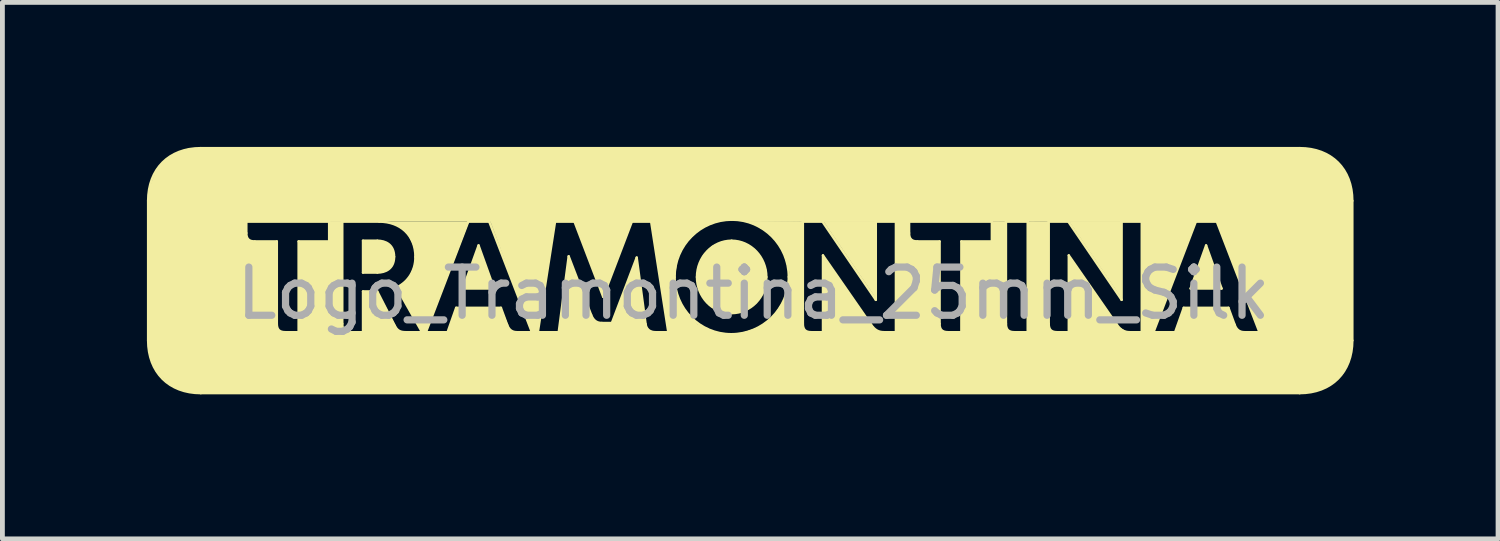
<source format=kicad_pcb>
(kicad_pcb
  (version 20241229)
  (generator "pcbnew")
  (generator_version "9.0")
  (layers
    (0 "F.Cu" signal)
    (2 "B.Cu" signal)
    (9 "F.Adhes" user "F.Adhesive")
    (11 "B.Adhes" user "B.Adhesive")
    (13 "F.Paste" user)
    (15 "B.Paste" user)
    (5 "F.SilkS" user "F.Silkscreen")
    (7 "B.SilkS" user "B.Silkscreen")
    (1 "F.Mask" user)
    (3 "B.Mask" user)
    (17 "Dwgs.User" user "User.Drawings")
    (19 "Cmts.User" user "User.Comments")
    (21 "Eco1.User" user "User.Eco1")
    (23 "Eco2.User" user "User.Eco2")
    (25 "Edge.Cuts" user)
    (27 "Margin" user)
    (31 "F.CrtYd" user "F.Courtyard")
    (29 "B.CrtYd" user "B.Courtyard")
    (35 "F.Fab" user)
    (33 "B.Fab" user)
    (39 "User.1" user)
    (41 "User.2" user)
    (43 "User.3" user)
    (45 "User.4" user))
  (footprint "Logo_Tramontina_25mm_Silk"
    (layer "F.Cu")
    (at 12.592 2.54)
    (property "Reference" "Logo_Tramontina_25mm_Silk" (at 0 0.5 0) (layer "F.Fab") (effects (font (size 1 1) (thickness 0.15))))
    (attr through_hole)
    (fp_poly (pts (xy -5.39 0.39) (xy -6.02 0.39) (xy -5.71 -0.48)) (stroke (width 0.01) (type solid)) (fill yes) (layer "F.SilkS"))
    (fp_poly (pts (xy -3.12 0.55) (xy -3.72 -1.02) (xy -2.51 -1.02)) (stroke (width 0.01) (type solid)) (fill yes) (layer "F.SilkS"))
    (fp_poly (pts (xy 2.55 -1) (xy 2.54 0.6) (xy 1.45 -1)) (stroke (width 0.01) (type solid)) (fill yes) (layer "F.SilkS"))
    (fp_poly (pts (xy 7.65 -1) (xy 7.64 0.6) (xy 6.55 -1)) (stroke (width 0.01) (type solid)) (fill yes) (layer "F.SilkS"))
    (fp_poly (pts (xy 9.71 0.4) (xy 9.08 0.4) (xy 9.39 -0.47)) (stroke (width 0.01) (type solid)) (fill yes) (layer "F.SilkS"))
    (fp_poly (pts (xy -7.59 -0.54) (xy -7.48 -0.41) (xy -7.46 -0.23) (xy -7.5 -0.07) (xy -7.65 0.05) (xy -7.76 0.06) (xy -8.1 0.06) (xy -8.1 -0.59) (xy -7.73 -0.59)) (stroke (width 0.01) (type solid)) (fill yes) (layer "F.SilkS"))
    (fp_poly (pts (xy 9.8 -1) (xy -0.08 -0.99) (xy -0.447 -1.029) (xy -0.8 -1) (xy -10.6 -1) (xy -10.6 -1.3) (xy -12.57 -1.3) (xy -12.54 -1.7) (xy 9.8 -1.7)) (stroke (width 0.01) (type solid)) (fill yes) (layer "F.SilkS"))
    (fp_poly (pts (xy -0.2 -0.55) (xy 0.03 -0.41) (xy 0.18 -0.2) (xy 0.26 0) (xy 0.27 0.25) (xy 0.2 0.5) (xy 0.06 0.7) (xy -0.17 0.87) (xy -0.43 0.92) (xy -0.64 0.89) (xy -0.88 0.77) (xy -1.08 0.54) (xy -1.17 0.26) (xy -1.15 -0.05) (xy -1.05 -0.28) (xy -0.86 -0.48) (xy -0.65 -0.57) (xy -0.454 -0.593)) (stroke (width 0.01) (type solid)) (fill yes) (layer "F.SilkS"))
    (fp_poly (pts (xy 11.61 -2.49) (xy 11.93 -2.37) (xy 12.18 -2.18) (xy 12.35 -1.89) (xy 12.42 -1.63) (xy 12.433 -1.421) (xy 12.433 1.478) (xy 12.39 1.83) (xy 12.25 2.15) (xy 11.96 2.42) (xy 11.66 2.54) (xy 11.338 2.572) (xy -11.473 2.572) (xy -11.82 2.53) (xy -12.1 2.41) (xy -12.38 2.15) (xy -12.54 1.78) (xy -12.567 1.478) (xy -12.567 -1.421) (xy -10.53 -1.42) (xy -10.53 -0.71) (xy -10.48 -0.61) (xy -10.32 -0.57) (xy -9.89 -0.57) (xy -9.89 1.18) (xy -9.85 1.28) (xy -9.74 1.31) (xy -9.44 1.31) (xy -9.44 -0.58) (xy -8.81 -0.58) (xy -8.81 -1) (xy -8.53 -1) (xy -8.53 1.21) (xy -8.46 1.29) (xy -8.361 1.306) (xy -8.106 1.306) (xy -8.106 0.46) (xy -7.81 0.46) (xy -7.38 1.27) (xy -7.27 1.31) (xy -6.881 1.306) (xy -7.4 0.38) (xy -7.16 0.2) (xy -7.03 -0.1) (xy -7.02 -0.42) (xy -7.2 -0.79) (xy -7.47 -0.94) (xy -7.68 -0.99) (xy -5.91 -0.99) (xy -6.8 1.31) (xy -6.35 1.3) (xy -6.17 0.8) (xy -5.243 0.8) (xy -5.06 1.25) (xy -4.97 1.31) (xy -4.61 1.3) (xy -5.5 -1.1) (xy -4.1 -1.1) (xy -4.476 1.306) (xy -4.043 1.306) (xy -3.84 -0.25) (xy -3.34 1) (xy -3.26 1.1) (xy -3.15 1.12) (xy -2.939 1.115) (xy -2.43 -0.23) (xy -2.23 1.18) (xy -2.16 1.27) (xy -2.04 1.31) (xy -1.77 1.31) (xy -2.124 -1.04) (xy -0.71 -1.03) (xy -1.1 -0.84) (xy -1.39 -0.57) (xy -1.58 -0.25) (xy -1.64 0.22) (xy -1.6 0.55) (xy -1.42 0.85) (xy -1.16 1.14) (xy -0.73 1.33) (xy -0.25 1.33) (xy 0.13 1.2) (xy 0.42 0.97) (xy 0.66 0.6) (xy 0.75 0.07) (xy 0.61 -0.39) (xy 0.36 -0.73) (xy -0.1 -1) (xy 1.026 -0.988) (xy 1.03 1.14) (xy 1.06 1.27) (xy 1.15 1.3) (xy 1.44 1.3) (xy 1.44 -0.27) (xy 2.53 1.26) (xy 2.65 1.31) (xy 2.95 1.3) (xy 2.95 -1.02) (xy 3.24 -1.02) (xy 3.24 -0.67) (xy 3.3 -0.6) (xy 3.43 -0.58) (xy 3.87 -0.58) (xy 3.87 1.2) (xy 3.9 1.26) (xy 3.96 1.29) (xy 4.039 1.306) (xy 4.32 1.3) (xy 4.32 -0.58) (xy 4.95 -0.58) (xy 4.949 -0.988) (xy 5.242 -0.988) (xy 5.25 1.19) (xy 5.29 1.27) (xy 5.37 1.3) (xy 5.69 1.3) (xy 5.69 -0.99) (xy 6.13 -0.988) (xy 6.13 1.2) (xy 6.19 1.29) (xy 6.31 1.31) (xy 6.546 1.306) (xy 6.55 -0.28) (xy 7.58 1.2) (xy 7.73 1.29) (xy 7.83 1.31) (xy 8.07 1.3) (xy 8.07 -1.03) (xy 9.19 -1.03) (xy 8.31 1.3) (xy 8.75 1.3) (xy 8.94 0.79) (xy 9.86 0.81) (xy 10.02 1.22) (xy 10.09 1.28) (xy 10.2 1.31) (xy 10.504 1.306) (xy 9.62 -0.98) (xy 9.62 -1.62) (xy -12.56 -1.64) (xy -12.39 -2.08) (xy -12.11 -2.35) (xy -11.71 -2.51) (xy -11.473 -2.515) (xy 11.338 -2.515)) (stroke (width 0.01) (type solid)) (fill yes) (layer "F.SilkS"))
    (fp_curve (pts (xy -12.567 -1.421) (xy -12.567 -2.082) (xy -12.134 -2.515) (xy -11.473 -2.515)) (stroke (width 0.05) (type solid)) (layer "F.SilkS"))
    (fp_curve (pts (xy -12.567 1.478) (xy -12.567 1.478) (xy -12.567 -1.421) (xy -12.567 -1.421)) (stroke (width 0.05) (type solid)) (layer "F.SilkS"))
    (fp_curve (pts (xy -11.473 -2.515) (xy -11.473 -2.515) (xy 11.338 -2.515) (xy 11.338 -2.515)) (stroke (width 0.05) (type solid)) (layer "F.SilkS"))
    (fp_curve (pts (xy -11.473 2.572) (xy -12.134 2.572) (xy -12.567 2.14) (xy -12.567 1.478)) (stroke (width 0.05) (type solid)) (layer "F.SilkS"))
    (fp_curve (pts (xy -10.528 -0.988) (xy -10.528 -0.988) (xy -10.528 -0.752) (xy -10.528 -0.752)) (stroke (width 0.05) (type solid)) (layer "F.SilkS"))
    (fp_curve (pts (xy -10.528 -0.752) (xy -10.528 -0.632) (xy -10.474 -0.578) (xy -10.353 -0.578)) (stroke (width 0.05) (type solid)) (layer "F.SilkS"))
    (fp_curve (pts (xy -10.353 -0.578) (xy -10.353 -0.578) (xy -9.895 -0.578) (xy -9.895 -0.578)) (stroke (width 0.05) (type solid)) (layer "F.SilkS"))
    (fp_curve (pts (xy -9.895 -0.578) (xy -9.895 -0.578) (xy -9.895 1.131) (xy -9.895 1.131)) (stroke (width 0.05) (type solid)) (layer "F.SilkS"))
    (fp_curve (pts (xy -9.895 1.131) (xy -9.895 1.252) (xy -9.841 1.306) (xy -9.719 1.306)) (stroke (width 0.05) (type solid)) (layer "F.SilkS"))
    (fp_curve (pts (xy -9.719 1.306) (xy -9.719 1.306) (xy -9.443 1.306) (xy -9.443 1.306)) (stroke (width 0.05) (type solid)) (layer "F.SilkS"))
    (fp_curve (pts (xy -9.443 -0.578) (xy -9.443 -0.578) (xy -8.809 -0.578) (xy -8.809 -0.578)) (stroke (width 0.05) (type solid)) (layer "F.SilkS"))
    (fp_curve (pts (xy -9.443 1.306) (xy -9.443 1.306) (xy -9.443 -0.578) (xy -9.443 -0.578)) (stroke (width 0.05) (type solid)) (layer "F.SilkS"))
    (fp_curve (pts (xy -8.809 -0.988) (xy -8.809 -0.988) (xy -10.528 -0.988) (xy -10.528 -0.988)) (stroke (width 0.05) (type solid)) (layer "F.SilkS"))
    (fp_curve (pts (xy -8.809 -0.578) (xy -8.809 -0.578) (xy -8.809 -0.988) (xy -8.809 -0.988)) (stroke (width 0.05) (type solid)) (layer "F.SilkS"))
    (fp_curve (pts (xy -8.536 -0.988) (xy -8.536 -0.988) (xy -8.536 1.131) (xy -8.536 1.131)) (stroke (width 0.05) (type solid)) (layer "F.SilkS"))
    (fp_curve (pts (xy -8.536 1.131) (xy -8.536 1.252) (xy -8.482 1.306) (xy -8.361 1.306)) (stroke (width 0.05) (type solid)) (layer "F.SilkS"))
    (fp_curve (pts (xy -8.361 1.306) (xy -8.361 1.306) (xy -8.106 1.306) (xy -8.106 1.306)) (stroke (width 0.05) (type solid)) (layer "F.SilkS"))
    (fp_curve (pts (xy -8.106 -0.593) (xy -8.106 -0.593) (xy -7.807 -0.593) (xy -7.807 -0.593)) (stroke (width 0.05) (type solid)) (layer "F.SilkS"))
    (fp_curve (pts (xy -8.106 0.069) (xy -8.106 0.069) (xy -8.106 -0.593) (xy -8.106 -0.593)) (stroke (width 0.05) (type solid)) (layer "F.SilkS"))
    (fp_curve (pts (xy -8.106 0.46) (xy -8.106 0.46) (xy -7.81 0.46) (xy -7.81 0.46)) (stroke (width 0.05) (type solid)) (layer "F.SilkS"))
    (fp_curve (pts (xy -8.106 1.306) (xy -8.106 1.306) (xy -8.106 0.46) (xy -8.106 0.46)) (stroke (width 0.05) (type solid)) (layer "F.SilkS"))
    (fp_curve (pts (xy -7.81 0.46) (xy -7.81 0.46) (xy -7.445 1.176) (xy -7.445 1.176)) (stroke (width 0.05) (type solid)) (layer "F.SilkS"))
    (fp_curve (pts (xy -7.807 -0.593) (xy -7.645 -0.593) (xy -7.46 -0.517) (xy -7.46 -0.259)) (stroke (width 0.05) (type solid)) (layer "F.SilkS"))
    (fp_curve (pts (xy -7.807 0.069) (xy -7.807 0.069) (xy -8.106 0.069) (xy -8.106 0.069)) (stroke (width 0.05) (type solid)) (layer "F.SilkS"))
    (fp_curve (pts (xy -7.769 -0.988) (xy -7.769 -0.988) (xy -8.536 -0.988) (xy -8.536 -0.988)) (stroke (width 0.05) (type solid)) (layer "F.SilkS"))
    (fp_curve (pts (xy -7.46 -0.259) (xy -7.46 -0.008) (xy -7.645 0.069) (xy -7.807 0.069)) (stroke (width 0.05) (type solid)) (layer "F.SilkS"))
    (fp_curve (pts (xy -7.445 1.176) (xy -7.397 1.271) (xy -7.333 1.306) (xy -7.225 1.306)) (stroke (width 0.05) (type solid)) (layer "F.SilkS"))
    (fp_curve (pts (xy -7.406 0.378) (xy -7.177 0.266) (xy -7.018 0.04) (xy -7.018 -0.256)) (stroke (width 0.05) (type solid)) (layer "F.SilkS"))
    (fp_curve (pts (xy -7.225 1.306) (xy -7.225 1.306) (xy -6.881 1.306) (xy -6.881 1.306)) (stroke (width 0.05) (type solid)) (layer "F.SilkS"))
    (fp_curve (pts (xy -7.018 -0.256) (xy -7.018 -0.708) (xy -7.333 -0.988) (xy -7.769 -0.988)) (stroke (width 0.05) (type solid)) (layer "F.SilkS"))
    (fp_curve (pts (xy -6.881 1.306) (xy -6.881 1.306) (xy -7.406 0.378) (xy -7.406 0.378)) (stroke (width 0.05) (type solid)) (layer "F.SilkS"))
    (fp_curve (pts (xy -6.799 1.306) (xy -6.799 1.306) (xy -6.35 1.306) (xy -6.35 1.306)) (stroke (width 0.05) (type solid)) (layer "F.SilkS"))
    (fp_curve (pts (xy -6.35 1.306) (xy -6.35 1.306) (xy -6.172 0.8) (xy -6.172 0.8)) (stroke (width 0.05) (type solid)) (layer "F.SilkS"))
    (fp_curve (pts (xy -6.172 0.8) (xy -6.172 0.8) (xy -5.243 0.8) (xy -5.243 0.8)) (stroke (width 0.05) (type solid)) (layer "F.SilkS"))
    (fp_curve (pts (xy -6.029 0.4) (xy -6.029 0.4) (xy -5.707 -0.495) (xy -5.707 -0.495)) (stroke (width 0.05) (type solid)) (layer "F.SilkS"))
    (fp_curve (pts (xy -5.921 -0.988) (xy -5.921 -0.988) (xy -6.799 1.306) (xy -6.799 1.306)) (stroke (width 0.05) (type solid)) (layer "F.SilkS"))
    (fp_curve (pts (xy -5.707 -0.495) (xy -5.707 -0.495) (xy -5.386 0.4) (xy -5.386 0.4)) (stroke (width 0.05) (type solid)) (layer "F.SilkS"))
    (fp_curve (pts (xy -5.485 -0.988) (xy -5.485 -0.988) (xy -5.921 -0.988) (xy -5.921 -0.988)) (stroke (width 0.05) (type solid)) (layer "F.SilkS"))
    (fp_curve (pts (xy -5.386 0.4) (xy -5.386 0.4) (xy -6.029 0.4) (xy -6.029 0.4)) (stroke (width 0.05) (type solid)) (layer "F.SilkS"))
    (fp_curve (pts (xy -5.243 0.8) (xy -5.243 0.8) (xy -5.115 1.15) (xy -5.115 1.15)) (stroke (width 0.05) (type solid)) (layer "F.SilkS"))
    (fp_curve (pts (xy -5.115 1.15) (xy -5.077 1.255) (xy -5.014 1.306) (xy -4.909 1.306)) (stroke (width 0.05) (type solid)) (layer "F.SilkS"))
    (fp_curve (pts (xy -4.909 1.306) (xy -4.909 1.306) (xy -4.6 1.306) (xy -4.6 1.306)) (stroke (width 0.05) (type solid)) (layer "F.SilkS"))
    (fp_curve (pts (xy -4.6 1.306) (xy -4.6 1.306) (xy -5.485 -0.988) (xy -5.485 -0.988)) (stroke (width 0.05) (type solid)) (layer "F.SilkS"))
    (fp_curve (pts (xy -4.476 1.306) (xy -4.476 1.306) (xy -4.043 1.306) (xy -4.043 1.306)) (stroke (width 0.05) (type solid)) (layer "F.SilkS"))
    (fp_curve (pts (xy -4.119 -0.988) (xy -4.119 -0.988) (xy -4.476 1.306) (xy -4.476 1.306)) (stroke (width 0.05) (type solid)) (layer "F.SilkS"))
    (fp_curve (pts (xy -4.043 1.306) (xy -4.043 1.306) (xy -3.836 -0.269) (xy -3.836 -0.269)) (stroke (width 0.05) (type solid)) (layer "F.SilkS"))
    (fp_curve (pts (xy -3.836 -0.269) (xy -3.836 -0.269) (xy -3.369 0.95) (xy -3.369 0.95)) (stroke (width 0.05) (type solid)) (layer "F.SilkS"))
    (fp_curve (pts (xy -3.715 -0.988) (xy -3.715 -0.988) (xy -4.119 -0.988) (xy -4.119 -0.988)) (stroke (width 0.05) (type solid)) (layer "F.SilkS"))
    (fp_curve (pts (xy -3.369 0.95) (xy -3.324 1.061) (xy -3.257 1.115) (xy -3.146 1.115)) (stroke (width 0.05) (type solid)) (layer "F.SilkS"))
    (fp_curve (pts (xy -3.146 1.115) (xy -3.146 1.115) (xy -2.939 1.115) (xy -2.939 1.115)) (stroke (width 0.05) (type solid)) (layer "F.SilkS"))
    (fp_curve (pts (xy -3.12 0.571) (xy -3.12 0.571) (xy -3.715 -0.988) (xy -3.715 -0.988)) (stroke (width 0.05) (type solid)) (layer "F.SilkS"))
    (fp_curve (pts (xy -2.939 1.115) (xy -2.939 1.115) (xy -2.424 -0.243) (xy -2.424 -0.243)) (stroke (width 0.05) (type solid)) (layer "F.SilkS"))
    (fp_curve (pts (xy -2.525 -0.988) (xy -2.525 -0.988) (xy -3.12 0.571) (xy -3.12 0.571)) (stroke (width 0.05) (type solid)) (layer "F.SilkS"))
    (fp_curve (pts (xy -2.424 -0.243) (xy -2.424 -0.243) (xy -2.239 1.138) (xy -2.239 1.138)) (stroke (width 0.05) (type solid)) (layer "F.SilkS"))
    (fp_curve (pts (xy -2.239 1.138) (xy -2.223 1.258) (xy -2.137 1.306) (xy -2.032 1.306)) (stroke (width 0.05) (type solid)) (layer "F.SilkS"))
    (fp_curve (pts (xy -2.124 -0.988) (xy -2.124 -0.988) (xy -2.525 -0.988) (xy -2.525 -0.988)) (stroke (width 0.05) (type solid)) (layer "F.SilkS"))
    (fp_curve (pts (xy -2.032 1.306) (xy -2.032 1.306) (xy -1.768 1.306) (xy -1.768 1.306)) (stroke (width 0.05) (type solid)) (layer "F.SilkS"))
    (fp_curve (pts (xy -1.768 1.306) (xy -1.768 1.306) (xy -2.124 -0.988) (xy -2.124 -0.988)) (stroke (width 0.05) (type solid)) (layer "F.SilkS"))
    (fp_curve (pts (xy -1.637 0.164) (xy -1.637 0.816) (xy -1.113 1.348) (xy -0.461 1.348)) (stroke (width 0.05) (type solid)) (layer "F.SilkS"))
    (fp_curve (pts (xy -1.173 0.161) (xy -1.173 -0.253) (xy -0.852 -0.593) (xy -0.454 -0.593)) (stroke (width 0.05) (type solid)) (layer "F.SilkS"))
    (fp_curve (pts (xy -0.461 1.348) (xy 0.195 1.348) (xy 0.733 0.819) (xy 0.733 0.158)) (stroke (width 0.05) (type solid)) (layer "F.SilkS"))
    (fp_curve (pts (xy -0.454 -0.593) (xy -0.056 -0.593) (xy 0.268 -0.253) (xy 0.268 0.161)) (stroke (width 0.05) (type solid)) (layer "F.SilkS"))
    (fp_curve (pts (xy -0.454 0.911) (xy -0.852 0.911) (xy -1.173 0.574) (xy -1.173 0.161)) (stroke (width 0.05) (type solid)) (layer "F.SilkS"))
    (fp_curve (pts (xy -0.447 -1.029) (xy -1.103 -1.029) (xy -1.637 -0.498) (xy -1.637 0.164)) (stroke (width 0.05) (type solid)) (layer "F.SilkS"))
    (fp_curve (pts (xy 0.268 0.161) (xy 0.268 0.574) (xy -0.056 0.911) (xy -0.454 0.911)) (stroke (width 0.05) (type solid)) (layer "F.SilkS"))
    (fp_curve (pts (xy 0.733 0.158) (xy 0.733 -0.495) (xy 0.204 -1.029) (xy -0.447 -1.029)) (stroke (width 0.05) (type solid)) (layer "F.SilkS"))
    (fp_curve (pts (xy 1.026 -0.988) (xy 1.026 -0.988) (xy 1.026 1.131) (xy 1.026 1.131)) (stroke (width 0.05) (type solid)) (layer "F.SilkS"))
    (fp_curve (pts (xy 1.026 1.131) (xy 1.026 1.252) (xy 1.079 1.306) (xy 1.201 1.306)) (stroke (width 0.05) (type solid)) (layer "F.SilkS"))
    (fp_curve (pts (xy 1.201 1.306) (xy 1.201 1.306) (xy 1.443 1.306) (xy 1.443 1.306)) (stroke (width 0.05) (type solid)) (layer "F.SilkS"))
    (fp_curve (pts (xy 1.433 -0.988) (xy 1.433 -0.988) (xy 1.026 -0.988) (xy 1.026 -0.988)) (stroke (width 0.05) (type solid)) (layer "F.SilkS"))
    (fp_curve (pts (xy 1.443 -0.288) (xy 1.443 -0.288) (xy 2.439 1.147) (xy 2.439 1.147)) (stroke (width 0.05) (type solid)) (layer "F.SilkS"))
    (fp_curve (pts (xy 1.443 1.306) (xy 1.443 1.306) (xy 1.443 -0.288) (xy 1.443 -0.288)) (stroke (width 0.05) (type solid)) (layer "F.SilkS"))
    (fp_curve (pts (xy 2.439 1.147) (xy 2.518 1.262) (xy 2.595 1.306) (xy 2.712 1.306)) (stroke (width 0.05) (type solid)) (layer "F.SilkS"))
    (fp_curve (pts (xy 2.54 -0.988) (xy 2.54 -0.988) (xy 2.54 0.635) (xy 2.54 0.635)) (stroke (width 0.05) (type solid)) (layer "F.SilkS"))
    (fp_curve (pts (xy 2.54 0.635) (xy 2.54 0.635) (xy 1.433 -0.988) (xy 1.433 -0.988)) (stroke (width 0.05) (type solid)) (layer "F.SilkS"))
    (fp_curve (pts (xy 2.712 1.306) (xy 2.712 1.306) (xy 2.957 1.306) (xy 2.957 1.306)) (stroke (width 0.05) (type solid)) (layer "F.SilkS"))
    (fp_curve (pts (xy 2.957 -0.988) (xy 2.957 -0.988) (xy 2.54 -0.988) (xy 2.54 -0.988)) (stroke (width 0.05) (type solid)) (layer "F.SilkS"))
    (fp_curve (pts (xy 2.957 1.306) (xy 2.957 1.306) (xy 2.957 -0.988) (xy 2.957 -0.988)) (stroke (width 0.05) (type solid)) (layer "F.SilkS"))
    (fp_curve (pts (xy 3.231 -0.988) (xy 3.231 -0.988) (xy 3.231 -0.752) (xy 3.231 -0.752)) (stroke (width 0.05) (type solid)) (layer "F.SilkS"))
    (fp_curve (pts (xy 3.231 -0.752) (xy 3.231 -0.632) (xy 3.284 -0.578) (xy 3.405 -0.578)) (stroke (width 0.05) (type solid)) (layer "F.SilkS"))
    (fp_curve (pts (xy 3.405 -0.578) (xy 3.405 -0.578) (xy 3.864 -0.578) (xy 3.864 -0.578)) (stroke (width 0.05) (type solid)) (layer "F.SilkS"))
    (fp_curve (pts (xy 3.864 -0.578) (xy 3.864 -0.578) (xy 3.864 1.131) (xy 3.864 1.131)) (stroke (width 0.05) (type solid)) (layer "F.SilkS"))
    (fp_curve (pts (xy 3.864 1.131) (xy 3.864 1.252) (xy 3.918 1.306) (xy 4.039 1.306)) (stroke (width 0.05) (type solid)) (layer "F.SilkS"))
    (fp_curve (pts (xy 4.039 1.306) (xy 4.039 1.306) (xy 4.316 1.306) (xy 4.316 1.306)) (stroke (width 0.05) (type solid)) (layer "F.SilkS"))
    (fp_curve (pts (xy 4.316 -0.578) (xy 4.316 -0.578) (xy 4.949 -0.578) (xy 4.949 -0.578)) (stroke (width 0.05) (type solid)) (layer "F.SilkS"))
    (fp_curve (pts (xy 4.316 1.306) (xy 4.316 1.306) (xy 4.316 -0.578) (xy 4.316 -0.578)) (stroke (width 0.05) (type solid)) (layer "F.SilkS"))
    (fp_curve (pts (xy 4.949 -0.988) (xy 4.949 -0.988) (xy 3.231 -0.988) (xy 3.231 -0.988)) (stroke (width 0.05) (type solid)) (layer "F.SilkS"))
    (fp_curve (pts (xy 4.949 -0.578) (xy 4.949 -0.578) (xy 4.949 -0.988) (xy 4.949 -0.988)) (stroke (width 0.05) (type solid)) (layer "F.SilkS"))
    (fp_curve (pts (xy 5.242 -0.988) (xy 5.242 -0.988) (xy 5.242 1.131) (xy 5.242 1.131)) (stroke (width 0.05) (type solid)) (layer "F.SilkS"))
    (fp_curve (pts (xy 5.242 1.131) (xy 5.242 1.252) (xy 5.296 1.306) (xy 5.416 1.306)) (stroke (width 0.05) (type solid)) (layer "F.SilkS"))
    (fp_curve (pts (xy 5.416 1.306) (xy 5.416 1.306) (xy 5.693 1.306) (xy 5.693 1.306)) (stroke (width 0.05) (type solid)) (layer "F.SilkS"))
    (fp_curve (pts (xy 5.693 -0.988) (xy 5.693 -0.988) (xy 5.242 -0.988) (xy 5.242 -0.988)) (stroke (width 0.05) (type solid)) (layer "F.SilkS"))
    (fp_curve (pts (xy 5.693 1.306) (xy 5.693 1.306) (xy 5.693 -0.988) (xy 5.693 -0.988)) (stroke (width 0.05) (type solid)) (layer "F.SilkS"))
    (fp_curve (pts (xy 6.13 -0.988) (xy 6.13 -0.988) (xy 6.13 1.131) (xy 6.13 1.131)) (stroke (width 0.05) (type solid)) (layer "F.SilkS"))
    (fp_curve (pts (xy 6.13 1.131) (xy 6.13 1.252) (xy 6.184 1.306) (xy 6.304 1.306)) (stroke (width 0.05) (type solid)) (layer "F.SilkS"))
    (fp_curve (pts (xy 6.304 1.306) (xy 6.304 1.306) (xy 6.546 1.306) (xy 6.546 1.306)) (stroke (width 0.05) (type solid)) (layer "F.SilkS"))
    (fp_curve (pts (xy 6.537 -0.988) (xy 6.537 -0.988) (xy 6.13 -0.988) (xy 6.13 -0.988)) (stroke (width 0.05) (type solid)) (layer "F.SilkS"))
    (fp_curve (pts (xy 6.546 -0.288) (xy 6.546 -0.288) (xy 7.542 1.147) (xy 7.542 1.147)) (stroke (width 0.05) (type solid)) (layer "F.SilkS"))
    (fp_curve (pts (xy 6.546 1.306) (xy 6.546 1.306) (xy 6.546 -0.288) (xy 6.546 -0.288)) (stroke (width 0.05) (type solid)) (layer "F.SilkS"))
    (fp_curve (pts (xy 7.542 1.147) (xy 7.621 1.262) (xy 7.698 1.306) (xy 7.816 1.306)) (stroke (width 0.05) (type solid)) (layer "F.SilkS"))
    (fp_curve (pts (xy 7.643 -0.988) (xy 7.643 -0.988) (xy 7.643 0.635) (xy 7.643 0.635)) (stroke (width 0.05) (type solid)) (layer "F.SilkS"))
    (fp_curve (pts (xy 7.643 0.635) (xy 7.643 0.635) (xy 6.537 -0.988) (xy 6.537 -0.988)) (stroke (width 0.05) (type solid)) (layer "F.SilkS"))
    (fp_curve (pts (xy 7.816 1.306) (xy 7.816 1.306) (xy 8.061 1.306) (xy 8.061 1.306)) (stroke (width 0.05) (type solid)) (layer "F.SilkS"))
    (fp_curve (pts (xy 8.061 -0.988) (xy 8.061 -0.988) (xy 7.643 -0.988) (xy 7.643 -0.988)) (stroke (width 0.05) (type solid)) (layer "F.SilkS"))
    (fp_curve (pts (xy 8.061 1.306) (xy 8.061 1.306) (xy 8.061 -0.988) (xy 8.061 -0.988)) (stroke (width 0.05) (type solid)) (layer "F.SilkS"))
    (fp_curve (pts (xy 8.305 1.306) (xy 8.305 1.306) (xy 8.754 1.306) (xy 8.754 1.306)) (stroke (width 0.05) (type solid)) (layer "F.SilkS"))
    (fp_curve (pts (xy 8.754 1.306) (xy 8.754 1.306) (xy 8.933 0.8) (xy 8.933 0.8)) (stroke (width 0.05) (type solid)) (layer "F.SilkS"))
    (fp_curve (pts (xy 8.933 0.8) (xy 8.933 0.8) (xy 9.861 0.8) (xy 9.861 0.8)) (stroke (width 0.05) (type solid)) (layer "F.SilkS"))
    (fp_curve (pts (xy 9.076 0.4) (xy 9.076 0.4) (xy 9.397 -0.495) (xy 9.397 -0.495)) (stroke (width 0.05) (type solid)) (layer "F.SilkS"))
    (fp_curve (pts (xy 9.184 -0.988) (xy 9.184 -0.988) (xy 8.305 1.306) (xy 8.305 1.306)) (stroke (width 0.05) (type solid)) (layer "F.SilkS"))
    (fp_curve (pts (xy 9.397 -0.495) (xy 9.397 -0.495) (xy 9.718 0.4) (xy 9.718 0.4)) (stroke (width 0.05) (type solid)) (layer "F.SilkS"))
    (fp_curve (pts (xy 9.62 -0.988) (xy 9.62 -0.988) (xy 9.184 -0.988) (xy 9.184 -0.988)) (stroke (width 0.05) (type solid)) (layer "F.SilkS"))
    (fp_curve (pts (xy 9.718 0.4) (xy 9.718 0.4) (xy 9.076 0.4) (xy 9.076 0.4)) (stroke (width 0.05) (type solid)) (layer "F.SilkS"))
    (fp_curve (pts (xy 9.861 0.8) (xy 9.861 0.8) (xy 9.989 1.15) (xy 9.989 1.15)) (stroke (width 0.05) (type solid)) (layer "F.SilkS"))
    (fp_curve (pts (xy 9.989 1.15) (xy 10.027 1.255) (xy 10.09 1.306) (xy 10.195 1.306)) (stroke (width 0.05) (type solid)) (layer "F.SilkS"))
    (fp_curve (pts (xy 10.195 1.306) (xy 10.195 1.306) (xy 10.504 1.306) (xy 10.504 1.306)) (stroke (width 0.05) (type solid)) (layer "F.SilkS"))
    (fp_curve (pts (xy 10.504 1.306) (xy 10.504 1.306) (xy 9.62 -0.988) (xy 9.62 -0.988)) (stroke (width 0.05) (type solid)) (layer "F.SilkS"))
    (fp_curve (pts (xy 11.338 -2.515) (xy 11.999 -2.515) (xy 12.433 -2.082) (xy 12.433 -1.421)) (stroke (width 0.05) (type solid)) (layer "F.SilkS"))
    (fp_curve (pts (xy 11.338 2.572) (xy 11.338 2.572) (xy -11.473 2.572) (xy -11.473 2.572)) (stroke (width 0.05) (type solid)) (layer "F.SilkS"))
    (fp_curve (pts (xy 12.433 -1.421) (xy 12.433 -1.421) (xy 12.433 1.478) (xy 12.433 1.478)) (stroke (width 0.05) (type solid)) (layer "F.SilkS"))
    (fp_curve (pts (xy 12.433 1.478) (xy 12.433 2.14) (xy 11.999 2.572) (xy 11.338 2.572)) (stroke (width 0.05) (type solid)) (layer "F.SilkS")))
  (gr_rect
    (start -3 -3)
    (end 28.05 8.137)
    (stroke (width 0.1) (type default))
    (fill no)
    (layer "Edge.Cuts")))
</source>
